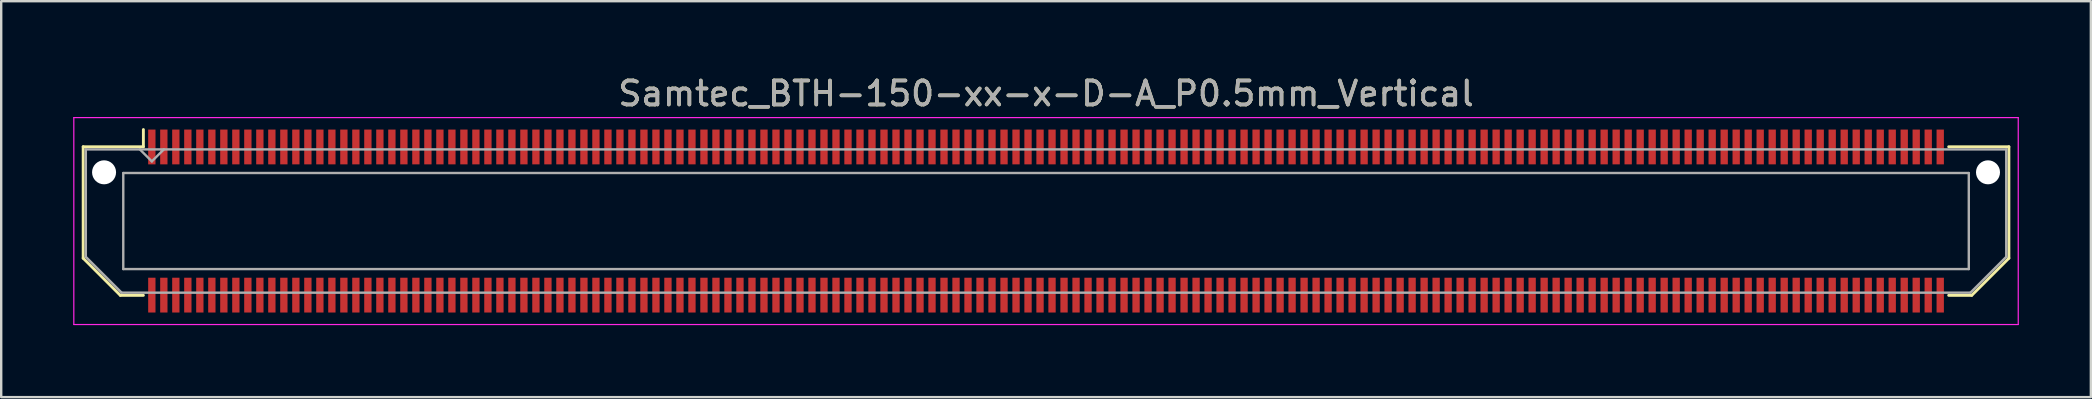
<source format=kicad_pcb>
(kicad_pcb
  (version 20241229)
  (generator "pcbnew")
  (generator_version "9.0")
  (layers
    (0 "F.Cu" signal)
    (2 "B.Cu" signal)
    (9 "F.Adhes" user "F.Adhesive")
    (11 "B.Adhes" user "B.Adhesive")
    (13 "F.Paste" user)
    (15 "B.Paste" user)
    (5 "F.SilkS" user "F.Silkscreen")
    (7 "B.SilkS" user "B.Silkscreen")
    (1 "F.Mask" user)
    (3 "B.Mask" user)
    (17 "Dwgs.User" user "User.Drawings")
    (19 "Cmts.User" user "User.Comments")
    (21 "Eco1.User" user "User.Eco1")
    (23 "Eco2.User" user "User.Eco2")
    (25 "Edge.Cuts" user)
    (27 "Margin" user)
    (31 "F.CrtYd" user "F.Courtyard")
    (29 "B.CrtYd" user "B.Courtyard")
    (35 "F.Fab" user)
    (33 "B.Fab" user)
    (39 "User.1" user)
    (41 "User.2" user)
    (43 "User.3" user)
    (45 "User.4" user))
  (footprint "Samtec_BTH-150-xx-x-D-A_P0.5mm_Vertical"
    (layer "F.Cu")
    (at 40.525 6.158)
    (property "Reference" "Samtec_BTH-150-xx-x-D-A_P0.5mm_Vertical" (at 0 -5.31 0) (layer "F.SilkS") (effects (font (size 1 1) (thickness 0.15))))
    (attr smd)
    (fp_line (start -40.11 -3.095) (end -40.11 1.548) (stroke (width 0.12) (type solid)) (layer "F.SilkS"))
    (fp_line (start -40.11 1.548) (end -38.562 3.095) (stroke (width 0.12) (type solid)) (layer "F.SilkS"))
    (fp_line (start -38.562 3.095) (end -37.602 3.095) (stroke (width 0.12) (type solid)) (layer "F.SilkS"))
    (fp_line (start -37.602 -3.811) (end -37.602 -3.095) (stroke (width 0.12) (type solid)) (layer "F.SilkS"))
    (fp_line (start -37.602 -3.095) (end -40.11 -3.095) (stroke (width 0.12) (type solid)) (layer "F.SilkS"))
    (fp_line (start 37.602 -3.095) (end 40.11 -3.095) (stroke (width 0.12) (type solid)) (layer "F.SilkS"))
    (fp_line (start 38.562 3.095) (end 37.602 3.095) (stroke (width 0.12) (type solid)) (layer "F.SilkS"))
    (fp_line (start 40.11 -3.095) (end 40.11 1.548) (stroke (width 0.12) (type solid)) (layer "F.SilkS"))
    (fp_line (start 40.11 1.548) (end 38.562 3.095) (stroke (width 0.12) (type solid)) (layer "F.SilkS"))
    (fp_line (start -40.5 -4.31) (end -40.5 4.31) (stroke (width 0.05) (type solid)) (layer "F.CrtYd"))
    (fp_line (start -40.5 4.31) (end 40.5 4.31) (stroke (width 0.05) (type solid)) (layer "F.CrtYd"))
    (fp_line (start 40.5 -4.31) (end -40.5 -4.31) (stroke (width 0.05) (type solid)) (layer "F.CrtYd"))
    (fp_line (start 40.5 4.31) (end 40.5 -4.31) (stroke (width 0.05) (type solid)) (layer "F.CrtYd"))
    (fp_line (start -40 -2.985) (end -40 1.492) (stroke (width 0.1) (type solid)) (layer "F.Fab"))
    (fp_line (start -40 -2.985) (end 40 -2.985) (stroke (width 0.1) (type solid)) (layer "F.Fab"))
    (fp_line (start -40 1.492) (end -38.508 2.985) (stroke (width 0.1) (type solid)) (layer "F.Fab"))
    (fp_line (start -38.508 2.985) (end 38.508 2.985) (stroke (width 0.1) (type solid)) (layer "F.Fab"))
    (fp_line (start -38.44 -2) (end -38.44 2) (stroke (width 0.1) (type solid)) (layer "F.Fab"))
    (fp_line (start -38.44 2) (end 38.44 2) (stroke (width 0.1) (type solid)) (layer "F.Fab"))
    (fp_line (start -37.25 -2.485) (end -37.75 -2.985) (stroke (width 0.1) (type solid)) (layer "F.Fab"))
    (fp_line (start -36.75 -2.985) (end -37.25 -2.485) (stroke (width 0.1) (type solid)) (layer "F.Fab"))
    (fp_line (start 38.44 -2) (end -38.44 -2) (stroke (width 0.1) (type solid)) (layer "F.Fab"))
    (fp_line (start 38.44 2) (end 38.44 -2) (stroke (width 0.1) (type solid)) (layer "F.Fab"))
    (fp_line (start 40 -2.985) (end 40 1.492) (stroke (width 0.1) (type solid)) (layer "F.Fab"))
    (fp_line (start 40 1.492) (end 38.508 2.985) (stroke (width 0.1) (type solid)) (layer "F.Fab"))
    (fp_text user "${REFERENCE}" (at 0 -5.31 0) (layer "F.Fab") (effects (font (size 1 1) (thickness 0.15))))
    (pad "" np_thru_hole circle (at -39.24 -2.03) (size 1 1) (drill 1) (layers "*.Cu" "*.Mask"))
    (pad "" np_thru_hole circle (at 39.24 -2.03) (size 1 1) (drill 1) (layers "*.Cu" "*.Mask"))
    (pad "1" smd rect (at -37.25 -3.086) (size 0.305 1.45) (layers "F.Cu" "F.Mask" "F.Paste"))
    (pad "2" smd rect (at -37.25 3.086) (size 0.305 1.45) (layers "F.Cu" "F.Mask" "F.Paste"))
    (pad "3" smd rect (at -36.75 -3.086) (size 0.305 1.45) (layers "F.Cu" "F.Mask" "F.Paste"))
    (pad "4" smd rect (at -36.75 3.086) (size 0.305 1.45) (layers "F.Cu" "F.Mask" "F.Paste"))
    (pad "5" smd rect (at -36.25 -3.086) (size 0.305 1.45) (layers "F.Cu" "F.Mask" "F.Paste"))
    (pad "6" smd rect (at -36.25 3.086) (size 0.305 1.45) (layers "F.Cu" "F.Mask" "F.Paste"))
    (pad "7" smd rect (at -35.75 -3.086) (size 0.305 1.45) (layers "F.Cu" "F.Mask" "F.Paste"))
    (pad "8" smd rect (at -35.75 3.086) (size 0.305 1.45) (layers "F.Cu" "F.Mask" "F.Paste"))
    (pad "9" smd rect (at -35.25 -3.086) (size 0.305 1.45) (layers "F.Cu" "F.Mask" "F.Paste"))
    (pad "10" smd rect (at -35.25 3.086) (size 0.305 1.45) (layers "F.Cu" "F.Mask" "F.Paste"))
    (pad "11" smd rect (at -34.75 -3.086) (size 0.305 1.45) (layers "F.Cu" "F.Mask" "F.Paste"))
    (pad "12" smd rect (at -34.75 3.086) (size 0.305 1.45) (layers "F.Cu" "F.Mask" "F.Paste"))
    (pad "13" smd rect (at -34.25 -3.086) (size 0.305 1.45) (layers "F.Cu" "F.Mask" "F.Paste"))
    (pad "14" smd rect (at -34.25 3.086) (size 0.305 1.45) (layers "F.Cu" "F.Mask" "F.Paste"))
    (pad "15" smd rect (at -33.75 -3.086) (size 0.305 1.45) (layers "F.Cu" "F.Mask" "F.Paste"))
    (pad "16" smd rect (at -33.75 3.086) (size 0.305 1.45) (layers "F.Cu" "F.Mask" "F.Paste"))
    (pad "17" smd rect (at -33.25 -3.086) (size 0.305 1.45) (layers "F.Cu" "F.Mask" "F.Paste"))
    (pad "18" smd rect (at -33.25 3.086) (size 0.305 1.45) (layers "F.Cu" "F.Mask" "F.Paste"))
    (pad "19" smd rect (at -32.75 -3.086) (size 0.305 1.45) (layers "F.Cu" "F.Mask" "F.Paste"))
    (pad "20" smd rect (at -32.75 3.086) (size 0.305 1.45) (layers "F.Cu" "F.Mask" "F.Paste"))
    (pad "21" smd rect (at -32.25 -3.086) (size 0.305 1.45) (layers "F.Cu" "F.Mask" "F.Paste"))
    (pad "22" smd rect (at -32.25 3.086) (size 0.305 1.45) (layers "F.Cu" "F.Mask" "F.Paste"))
    (pad "23" smd rect (at -31.75 -3.086) (size 0.305 1.45) (layers "F.Cu" "F.Mask" "F.Paste"))
    (pad "24" smd rect (at -31.75 3.086) (size 0.305 1.45) (layers "F.Cu" "F.Mask" "F.Paste"))
    (pad "25" smd rect (at -31.25 -3.086) (size 0.305 1.45) (layers "F.Cu" "F.Mask" "F.Paste"))
    (pad "26" smd rect (at -31.25 3.086) (size 0.305 1.45) (layers "F.Cu" "F.Mask" "F.Paste"))
    (pad "27" smd rect (at -30.75 -3.086) (size 0.305 1.45) (layers "F.Cu" "F.Mask" "F.Paste"))
    (pad "28" smd rect (at -30.75 3.086) (size 0.305 1.45) (layers "F.Cu" "F.Mask" "F.Paste"))
    (pad "29" smd rect (at -30.25 -3.086) (size 0.305 1.45) (layers "F.Cu" "F.Mask" "F.Paste"))
    (pad "30" smd rect (at -30.25 3.086) (size 0.305 1.45) (layers "F.Cu" "F.Mask" "F.Paste"))
    (pad "31" smd rect (at -29.75 -3.086) (size 0.305 1.45) (layers "F.Cu" "F.Mask" "F.Paste"))
    (pad "32" smd rect (at -29.75 3.086) (size 0.305 1.45) (layers "F.Cu" "F.Mask" "F.Paste"))
    (pad "33" smd rect (at -29.25 -3.086) (size 0.305 1.45) (layers "F.Cu" "F.Mask" "F.Paste"))
    (pad "34" smd rect (at -29.25 3.086) (size 0.305 1.45) (layers "F.Cu" "F.Mask" "F.Paste"))
    (pad "35" smd rect (at -28.75 -3.086) (size 0.305 1.45) (layers "F.Cu" "F.Mask" "F.Paste"))
    (pad "36" smd rect (at -28.75 3.086) (size 0.305 1.45) (layers "F.Cu" "F.Mask" "F.Paste"))
    (pad "37" smd rect (at -28.25 -3.086) (size 0.305 1.45) (layers "F.Cu" "F.Mask" "F.Paste"))
    (pad "38" smd rect (at -28.25 3.086) (size 0.305 1.45) (layers "F.Cu" "F.Mask" "F.Paste"))
    (pad "39" smd rect (at -27.75 -3.086) (size 0.305 1.45) (layers "F.Cu" "F.Mask" "F.Paste"))
    (pad "40" smd rect (at -27.75 3.086) (size 0.305 1.45) (layers "F.Cu" "F.Mask" "F.Paste"))
    (pad "41" smd rect (at -27.25 -3.086) (size 0.305 1.45) (layers "F.Cu" "F.Mask" "F.Paste"))
    (pad "42" smd rect (at -27.25 3.086) (size 0.305 1.45) (layers "F.Cu" "F.Mask" "F.Paste"))
    (pad "43" smd rect (at -26.75 -3.086) (size 0.305 1.45) (layers "F.Cu" "F.Mask" "F.Paste"))
    (pad "44" smd rect (at -26.75 3.086) (size 0.305 1.45) (layers "F.Cu" "F.Mask" "F.Paste"))
    (pad "45" smd rect (at -26.25 -3.086) (size 0.305 1.45) (layers "F.Cu" "F.Mask" "F.Paste"))
    (pad "46" smd rect (at -26.25 3.086) (size 0.305 1.45) (layers "F.Cu" "F.Mask" "F.Paste"))
    (pad "47" smd rect (at -25.75 -3.086) (size 0.305 1.45) (layers "F.Cu" "F.Mask" "F.Paste"))
    (pad "48" smd rect (at -25.75 3.086) (size 0.305 1.45) (layers "F.Cu" "F.Mask" "F.Paste"))
    (pad "49" smd rect (at -25.25 -3.086) (size 0.305 1.45) (layers "F.Cu" "F.Mask" "F.Paste"))
    (pad "50" smd rect (at -25.25 3.086) (size 0.305 1.45) (layers "F.Cu" "F.Mask" "F.Paste"))
    (pad "51" smd rect (at -24.75 -3.086) (size 0.305 1.45) (layers "F.Cu" "F.Mask" "F.Paste"))
    (pad "52" smd rect (at -24.75 3.086) (size 0.305 1.45) (layers "F.Cu" "F.Mask" "F.Paste"))
    (pad "53" smd rect (at -24.25 -3.086) (size 0.305 1.45) (layers "F.Cu" "F.Mask" "F.Paste"))
    (pad "54" smd rect (at -24.25 3.086) (size 0.305 1.45) (layers "F.Cu" "F.Mask" "F.Paste"))
    (pad "55" smd rect (at -23.75 -3.086) (size 0.305 1.45) (layers "F.Cu" "F.Mask" "F.Paste"))
    (pad "56" smd rect (at -23.75 3.086) (size 0.305 1.45) (layers "F.Cu" "F.Mask" "F.Paste"))
    (pad "57" smd rect (at -23.25 -3.086) (size 0.305 1.45) (layers "F.Cu" "F.Mask" "F.Paste"))
    (pad "58" smd rect (at -23.25 3.086) (size 0.305 1.45) (layers "F.Cu" "F.Mask" "F.Paste"))
    (pad "59" smd rect (at -22.75 -3.086) (size 0.305 1.45) (layers "F.Cu" "F.Mask" "F.Paste"))
    (pad "60" smd rect (at -22.75 3.086) (size 0.305 1.45) (layers "F.Cu" "F.Mask" "F.Paste"))
    (pad "61" smd rect (at -22.25 -3.086) (size 0.305 1.45) (layers "F.Cu" "F.Mask" "F.Paste"))
    (pad "62" smd rect (at -22.25 3.086) (size 0.305 1.45) (layers "F.Cu" "F.Mask" "F.Paste"))
    (pad "63" smd rect (at -21.75 -3.086) (size 0.305 1.45) (layers "F.Cu" "F.Mask" "F.Paste"))
    (pad "64" smd rect (at -21.75 3.086) (size 0.305 1.45) (layers "F.Cu" "F.Mask" "F.Paste"))
    (pad "65" smd rect (at -21.25 -3.086) (size 0.305 1.45) (layers "F.Cu" "F.Mask" "F.Paste"))
    (pad "66" smd rect (at -21.25 3.086) (size 0.305 1.45) (layers "F.Cu" "F.Mask" "F.Paste"))
    (pad "67" smd rect (at -20.75 -3.086) (size 0.305 1.45) (layers "F.Cu" "F.Mask" "F.Paste"))
    (pad "68" smd rect (at -20.75 3.086) (size 0.305 1.45) (layers "F.Cu" "F.Mask" "F.Paste"))
    (pad "69" smd rect (at -20.25 -3.086) (size 0.305 1.45) (layers "F.Cu" "F.Mask" "F.Paste"))
    (pad "70" smd rect (at -20.25 3.086) (size 0.305 1.45) (layers "F.Cu" "F.Mask" "F.Paste"))
    (pad "71" smd rect (at -19.75 -3.086) (size 0.305 1.45) (layers "F.Cu" "F.Mask" "F.Paste"))
    (pad "72" smd rect (at -19.75 3.086) (size 0.305 1.45) (layers "F.Cu" "F.Mask" "F.Paste"))
    (pad "73" smd rect (at -19.25 -3.086) (size 0.305 1.45) (layers "F.Cu" "F.Mask" "F.Paste"))
    (pad "74" smd rect (at -19.25 3.086) (size 0.305 1.45) (layers "F.Cu" "F.Mask" "F.Paste"))
    (pad "75" smd rect (at -18.75 -3.086) (size 0.305 1.45) (layers "F.Cu" "F.Mask" "F.Paste"))
    (pad "76" smd rect (at -18.75 3.086) (size 0.305 1.45) (layers "F.Cu" "F.Mask" "F.Paste"))
    (pad "77" smd rect (at -18.25 -3.086) (size 0.305 1.45) (layers "F.Cu" "F.Mask" "F.Paste"))
    (pad "78" smd rect (at -18.25 3.086) (size 0.305 1.45) (layers "F.Cu" "F.Mask" "F.Paste"))
    (pad "79" smd rect (at -17.75 -3.086) (size 0.305 1.45) (layers "F.Cu" "F.Mask" "F.Paste"))
    (pad "80" smd rect (at -17.75 3.086) (size 0.305 1.45) (layers "F.Cu" "F.Mask" "F.Paste"))
    (pad "81" smd rect (at -17.25 -3.086) (size 0.305 1.45) (layers "F.Cu" "F.Mask" "F.Paste"))
    (pad "82" smd rect (at -17.25 3.086) (size 0.305 1.45) (layers "F.Cu" "F.Mask" "F.Paste"))
    (pad "83" smd rect (at -16.75 -3.086) (size 0.305 1.45) (layers "F.Cu" "F.Mask" "F.Paste"))
    (pad "84" smd rect (at -16.75 3.086) (size 0.305 1.45) (layers "F.Cu" "F.Mask" "F.Paste"))
    (pad "85" smd rect (at -16.25 -3.086) (size 0.305 1.45) (layers "F.Cu" "F.Mask" "F.Paste"))
    (pad "86" smd rect (at -16.25 3.086) (size 0.305 1.45) (layers "F.Cu" "F.Mask" "F.Paste"))
    (pad "87" smd rect (at -15.75 -3.086) (size 0.305 1.45) (layers "F.Cu" "F.Mask" "F.Paste"))
    (pad "88" smd rect (at -15.75 3.086) (size 0.305 1.45) (layers "F.Cu" "F.Mask" "F.Paste"))
    (pad "89" smd rect (at -15.25 -3.086) (size 0.305 1.45) (layers "F.Cu" "F.Mask" "F.Paste"))
    (pad "90" smd rect (at -15.25 3.086) (size 0.305 1.45) (layers "F.Cu" "F.Mask" "F.Paste"))
    (pad "91" smd rect (at -14.75 -3.086) (size 0.305 1.45) (layers "F.Cu" "F.Mask" "F.Paste"))
    (pad "92" smd rect (at -14.75 3.086) (size 0.305 1.45) (layers "F.Cu" "F.Mask" "F.Paste"))
    (pad "93" smd rect (at -14.25 -3.086) (size 0.305 1.45) (layers "F.Cu" "F.Mask" "F.Paste"))
    (pad "94" smd rect (at -14.25 3.086) (size 0.305 1.45) (layers "F.Cu" "F.Mask" "F.Paste"))
    (pad "95" smd rect (at -13.75 -3.086) (size 0.305 1.45) (layers "F.Cu" "F.Mask" "F.Paste"))
    (pad "96" smd rect (at -13.75 3.086) (size 0.305 1.45) (layers "F.Cu" "F.Mask" "F.Paste"))
    (pad "97" smd rect (at -13.25 -3.086) (size 0.305 1.45) (layers "F.Cu" "F.Mask" "F.Paste"))
    (pad "98" smd rect (at -13.25 3.086) (size 0.305 1.45) (layers "F.Cu" "F.Mask" "F.Paste"))
    (pad "99" smd rect (at -12.75 -3.086) (size 0.305 1.45) (layers "F.Cu" "F.Mask" "F.Paste"))
    (pad "100" smd rect (at -12.75 3.086) (size 0.305 1.45) (layers "F.Cu" "F.Mask" "F.Paste"))
    (pad "101" smd rect (at -12.25 -3.086) (size 0.305 1.45) (layers "F.Cu" "F.Mask" "F.Paste"))
    (pad "102" smd rect (at -12.25 3.086) (size 0.305 1.45) (layers "F.Cu" "F.Mask" "F.Paste"))
    (pad "103" smd rect (at -11.75 -3.086) (size 0.305 1.45) (layers "F.Cu" "F.Mask" "F.Paste"))
    (pad "104" smd rect (at -11.75 3.086) (size 0.305 1.45) (layers "F.Cu" "F.Mask" "F.Paste"))
    (pad "105" smd rect (at -11.25 -3.086) (size 0.305 1.45) (layers "F.Cu" "F.Mask" "F.Paste"))
    (pad "106" smd rect (at -11.25 3.086) (size 0.305 1.45) (layers "F.Cu" "F.Mask" "F.Paste"))
    (pad "107" smd rect (at -10.75 -3.086) (size 0.305 1.45) (layers "F.Cu" "F.Mask" "F.Paste"))
    (pad "108" smd rect (at -10.75 3.086) (size 0.305 1.45) (layers "F.Cu" "F.Mask" "F.Paste"))
    (pad "109" smd rect (at -10.25 -3.086) (size 0.305 1.45) (layers "F.Cu" "F.Mask" "F.Paste"))
    (pad "110" smd rect (at -10.25 3.086) (size 0.305 1.45) (layers "F.Cu" "F.Mask" "F.Paste"))
    (pad "111" smd rect (at -9.75 -3.086) (size 0.305 1.45) (layers "F.Cu" "F.Mask" "F.Paste"))
    (pad "112" smd rect (at -9.75 3.086) (size 0.305 1.45) (layers "F.Cu" "F.Mask" "F.Paste"))
    (pad "113" smd rect (at -9.25 -3.086) (size 0.305 1.45) (layers "F.Cu" "F.Mask" "F.Paste"))
    (pad "114" smd rect (at -9.25 3.086) (size 0.305 1.45) (layers "F.Cu" "F.Mask" "F.Paste"))
    (pad "115" smd rect (at -8.75 -3.086) (size 0.305 1.45) (layers "F.Cu" "F.Mask" "F.Paste"))
    (pad "116" smd rect (at -8.75 3.086) (size 0.305 1.45) (layers "F.Cu" "F.Mask" "F.Paste"))
    (pad "117" smd rect (at -8.25 -3.086) (size 0.305 1.45) (layers "F.Cu" "F.Mask" "F.Paste"))
    (pad "118" smd rect (at -8.25 3.086) (size 0.305 1.45) (layers "F.Cu" "F.Mask" "F.Paste"))
    (pad "119" smd rect (at -7.75 -3.086) (size 0.305 1.45) (layers "F.Cu" "F.Mask" "F.Paste"))
    (pad "120" smd rect (at -7.75 3.086) (size 0.305 1.45) (layers "F.Cu" "F.Mask" "F.Paste"))
    (pad "121" smd rect (at -7.25 -3.086) (size 0.305 1.45) (layers "F.Cu" "F.Mask" "F.Paste"))
    (pad "122" smd rect (at -7.25 3.086) (size 0.305 1.45) (layers "F.Cu" "F.Mask" "F.Paste"))
    (pad "123" smd rect (at -6.75 -3.086) (size 0.305 1.45) (layers "F.Cu" "F.Mask" "F.Paste"))
    (pad "124" smd rect (at -6.75 3.086) (size 0.305 1.45) (layers "F.Cu" "F.Mask" "F.Paste"))
    (pad "125" smd rect (at -6.25 -3.086) (size 0.305 1.45) (layers "F.Cu" "F.Mask" "F.Paste"))
    (pad "126" smd rect (at -6.25 3.086) (size 0.305 1.45) (layers "F.Cu" "F.Mask" "F.Paste"))
    (pad "127" smd rect (at -5.75 -3.086) (size 0.305 1.45) (layers "F.Cu" "F.Mask" "F.Paste"))
    (pad "128" smd rect (at -5.75 3.086) (size 0.305 1.45) (layers "F.Cu" "F.Mask" "F.Paste"))
    (pad "129" smd rect (at -5.25 -3.086) (size 0.305 1.45) (layers "F.Cu" "F.Mask" "F.Paste"))
    (pad "130" smd rect (at -5.25 3.086) (size 0.305 1.45) (layers "F.Cu" "F.Mask" "F.Paste"))
    (pad "131" smd rect (at -4.75 -3.086) (size 0.305 1.45) (layers "F.Cu" "F.Mask" "F.Paste"))
    (pad "132" smd rect (at -4.75 3.086) (size 0.305 1.45) (layers "F.Cu" "F.Mask" "F.Paste"))
    (pad "133" smd rect (at -4.25 -3.086) (size 0.305 1.45) (layers "F.Cu" "F.Mask" "F.Paste"))
    (pad "134" smd rect (at -4.25 3.086) (size 0.305 1.45) (layers "F.Cu" "F.Mask" "F.Paste"))
    (pad "135" smd rect (at -3.75 -3.086) (size 0.305 1.45) (layers "F.Cu" "F.Mask" "F.Paste"))
    (pad "136" smd rect (at -3.75 3.086) (size 0.305 1.45) (layers "F.Cu" "F.Mask" "F.Paste"))
    (pad "137" smd rect (at -3.25 -3.086) (size 0.305 1.45) (layers "F.Cu" "F.Mask" "F.Paste"))
    (pad "138" smd rect (at -3.25 3.086) (size 0.305 1.45) (layers "F.Cu" "F.Mask" "F.Paste"))
    (pad "139" smd rect (at -2.75 -3.086) (size 0.305 1.45) (layers "F.Cu" "F.Mask" "F.Paste"))
    (pad "140" smd rect (at -2.75 3.086) (size 0.305 1.45) (layers "F.Cu" "F.Mask" "F.Paste"))
    (pad "141" smd rect (at -2.25 -3.086) (size 0.305 1.45) (layers "F.Cu" "F.Mask" "F.Paste"))
    (pad "142" smd rect (at -2.25 3.086) (size 0.305 1.45) (layers "F.Cu" "F.Mask" "F.Paste"))
    (pad "143" smd rect (at -1.75 -3.086) (size 0.305 1.45) (layers "F.Cu" "F.Mask" "F.Paste"))
    (pad "144" smd rect (at -1.75 3.086) (size 0.305 1.45) (layers "F.Cu" "F.Mask" "F.Paste"))
    (pad "145" smd rect (at -1.25 -3.086) (size 0.305 1.45) (layers "F.Cu" "F.Mask" "F.Paste"))
    (pad "146" smd rect (at -1.25 3.086) (size 0.305 1.45) (layers "F.Cu" "F.Mask" "F.Paste"))
    (pad "147" smd rect (at -0.75 -3.086) (size 0.305 1.45) (layers "F.Cu" "F.Mask" "F.Paste"))
    (pad "148" smd rect (at -0.75 3.086) (size 0.305 1.45) (layers "F.Cu" "F.Mask" "F.Paste"))
    (pad "149" smd rect (at -0.25 -3.086) (size 0.305 1.45) (layers "F.Cu" "F.Mask" "F.Paste"))
    (pad "150" smd rect (at -0.25 3.086) (size 0.305 1.45) (layers "F.Cu" "F.Mask" "F.Paste"))
    (pad "151" smd rect (at 0.25 -3.086) (size 0.305 1.45) (layers "F.Cu" "F.Mask" "F.Paste"))
    (pad "152" smd rect (at 0.25 3.086) (size 0.305 1.45) (layers "F.Cu" "F.Mask" "F.Paste"))
    (pad "153" smd rect (at 0.75 -3.086) (size 0.305 1.45) (layers "F.Cu" "F.Mask" "F.Paste"))
    (pad "154" smd rect (at 0.75 3.086) (size 0.305 1.45) (layers "F.Cu" "F.Mask" "F.Paste"))
    (pad "155" smd rect (at 1.25 -3.086) (size 0.305 1.45) (layers "F.Cu" "F.Mask" "F.Paste"))
    (pad "156" smd rect (at 1.25 3.086) (size 0.305 1.45) (layers "F.Cu" "F.Mask" "F.Paste"))
    (pad "157" smd rect (at 1.75 -3.086) (size 0.305 1.45) (layers "F.Cu" "F.Mask" "F.Paste"))
    (pad "158" smd rect (at 1.75 3.086) (size 0.305 1.45) (layers "F.Cu" "F.Mask" "F.Paste"))
    (pad "159" smd rect (at 2.25 -3.086) (size 0.305 1.45) (layers "F.Cu" "F.Mask" "F.Paste"))
    (pad "160" smd rect (at 2.25 3.086) (size 0.305 1.45) (layers "F.Cu" "F.Mask" "F.Paste"))
    (pad "161" smd rect (at 2.75 -3.086) (size 0.305 1.45) (layers "F.Cu" "F.Mask" "F.Paste"))
    (pad "162" smd rect (at 2.75 3.086) (size 0.305 1.45) (layers "F.Cu" "F.Mask" "F.Paste"))
    (pad "163" smd rect (at 3.25 -3.086) (size 0.305 1.45) (layers "F.Cu" "F.Mask" "F.Paste"))
    (pad "164" smd rect (at 3.25 3.086) (size 0.305 1.45) (layers "F.Cu" "F.Mask" "F.Paste"))
    (pad "165" smd rect (at 3.75 -3.086) (size 0.305 1.45) (layers "F.Cu" "F.Mask" "F.Paste"))
    (pad "166" smd rect (at 3.75 3.086) (size 0.305 1.45) (layers "F.Cu" "F.Mask" "F.Paste"))
    (pad "167" smd rect (at 4.25 -3.086) (size 0.305 1.45) (layers "F.Cu" "F.Mask" "F.Paste"))
    (pad "168" smd rect (at 4.25 3.086) (size 0.305 1.45) (layers "F.Cu" "F.Mask" "F.Paste"))
    (pad "169" smd rect (at 4.75 -3.086) (size 0.305 1.45) (layers "F.Cu" "F.Mask" "F.Paste"))
    (pad "170" smd rect (at 4.75 3.086) (size 0.305 1.45) (layers "F.Cu" "F.Mask" "F.Paste"))
    (pad "171" smd rect (at 5.25 -3.086) (size 0.305 1.45) (layers "F.Cu" "F.Mask" "F.Paste"))
    (pad "172" smd rect (at 5.25 3.086) (size 0.305 1.45) (layers "F.Cu" "F.Mask" "F.Paste"))
    (pad "173" smd rect (at 5.75 -3.086) (size 0.305 1.45) (layers "F.Cu" "F.Mask" "F.Paste"))
    (pad "174" smd rect (at 5.75 3.086) (size 0.305 1.45) (layers "F.Cu" "F.Mask" "F.Paste"))
    (pad "175" smd rect (at 6.25 -3.086) (size 0.305 1.45) (layers "F.Cu" "F.Mask" "F.Paste"))
    (pad "176" smd rect (at 6.25 3.086) (size 0.305 1.45) (layers "F.Cu" "F.Mask" "F.Paste"))
    (pad "177" smd rect (at 6.75 -3.086) (size 0.305 1.45) (layers "F.Cu" "F.Mask" "F.Paste"))
    (pad "178" smd rect (at 6.75 3.086) (size 0.305 1.45) (layers "F.Cu" "F.Mask" "F.Paste"))
    (pad "179" smd rect (at 7.25 -3.086) (size 0.305 1.45) (layers "F.Cu" "F.Mask" "F.Paste"))
    (pad "180" smd rect (at 7.25 3.086) (size 0.305 1.45) (layers "F.Cu" "F.Mask" "F.Paste"))
    (pad "181" smd rect (at 7.75 -3.086) (size 0.305 1.45) (layers "F.Cu" "F.Mask" "F.Paste"))
    (pad "182" smd rect (at 7.75 3.086) (size 0.305 1.45) (layers "F.Cu" "F.Mask" "F.Paste"))
    (pad "183" smd rect (at 8.25 -3.086) (size 0.305 1.45) (layers "F.Cu" "F.Mask" "F.Paste"))
    (pad "184" smd rect (at 8.25 3.086) (size 0.305 1.45) (layers "F.Cu" "F.Mask" "F.Paste"))
    (pad "185" smd rect (at 8.75 -3.086) (size 0.305 1.45) (layers "F.Cu" "F.Mask" "F.Paste"))
    (pad "186" smd rect (at 8.75 3.086) (size 0.305 1.45) (layers "F.Cu" "F.Mask" "F.Paste"))
    (pad "187" smd rect (at 9.25 -3.086) (size 0.305 1.45) (layers "F.Cu" "F.Mask" "F.Paste"))
    (pad "188" smd rect (at 9.25 3.086) (size 0.305 1.45) (layers "F.Cu" "F.Mask" "F.Paste"))
    (pad "189" smd rect (at 9.75 -3.086) (size 0.305 1.45) (layers "F.Cu" "F.Mask" "F.Paste"))
    (pad "190" smd rect (at 9.75 3.086) (size 0.305 1.45) (layers "F.Cu" "F.Mask" "F.Paste"))
    (pad "191" smd rect (at 10.25 -3.086) (size 0.305 1.45) (layers "F.Cu" "F.Mask" "F.Paste"))
    (pad "192" smd rect (at 10.25 3.086) (size 0.305 1.45) (layers "F.Cu" "F.Mask" "F.Paste"))
    (pad "193" smd rect (at 10.75 -3.086) (size 0.305 1.45) (layers "F.Cu" "F.Mask" "F.Paste"))
    (pad "194" smd rect (at 10.75 3.086) (size 0.305 1.45) (layers "F.Cu" "F.Mask" "F.Paste"))
    (pad "195" smd rect (at 11.25 -3.086) (size 0.305 1.45) (layers "F.Cu" "F.Mask" "F.Paste"))
    (pad "196" smd rect (at 11.25 3.086) (size 0.305 1.45) (layers "F.Cu" "F.Mask" "F.Paste"))
    (pad "197" smd rect (at 11.75 -3.086) (size 0.305 1.45) (layers "F.Cu" "F.Mask" "F.Paste"))
    (pad "198" smd rect (at 11.75 3.086) (size 0.305 1.45) (layers "F.Cu" "F.Mask" "F.Paste"))
    (pad "199" smd rect (at 12.25 -3.086) (size 0.305 1.45) (layers "F.Cu" "F.Mask" "F.Paste"))
    (pad "200" smd rect (at 12.25 3.086) (size 0.305 1.45) (layers "F.Cu" "F.Mask" "F.Paste"))
    (pad "201" smd rect (at 12.75 -3.086) (size 0.305 1.45) (layers "F.Cu" "F.Mask" "F.Paste"))
    (pad "202" smd rect (at 12.75 3.086) (size 0.305 1.45) (layers "F.Cu" "F.Mask" "F.Paste"))
    (pad "203" smd rect (at 13.25 -3.086) (size 0.305 1.45) (layers "F.Cu" "F.Mask" "F.Paste"))
    (pad "204" smd rect (at 13.25 3.086) (size 0.305 1.45) (layers "F.Cu" "F.Mask" "F.Paste"))
    (pad "205" smd rect (at 13.75 -3.086) (size 0.305 1.45) (layers "F.Cu" "F.Mask" "F.Paste"))
    (pad "206" smd rect (at 13.75 3.086) (size 0.305 1.45) (layers "F.Cu" "F.Mask" "F.Paste"))
    (pad "207" smd rect (at 14.25 -3.086) (size 0.305 1.45) (layers "F.Cu" "F.Mask" "F.Paste"))
    (pad "208" smd rect (at 14.25 3.086) (size 0.305 1.45) (layers "F.Cu" "F.Mask" "F.Paste"))
    (pad "209" smd rect (at 14.75 -3.086) (size 0.305 1.45) (layers "F.Cu" "F.Mask" "F.Paste"))
    (pad "210" smd rect (at 14.75 3.086) (size 0.305 1.45) (layers "F.Cu" "F.Mask" "F.Paste"))
    (pad "211" smd rect (at 15.25 -3.086) (size 0.305 1.45) (layers "F.Cu" "F.Mask" "F.Paste"))
    (pad "212" smd rect (at 15.25 3.086) (size 0.305 1.45) (layers "F.Cu" "F.Mask" "F.Paste"))
    (pad "213" smd rect (at 15.75 -3.086) (size 0.305 1.45) (layers "F.Cu" "F.Mask" "F.Paste"))
    (pad "214" smd rect (at 15.75 3.086) (size 0.305 1.45) (layers "F.Cu" "F.Mask" "F.Paste"))
    (pad "215" smd rect (at 16.25 -3.086) (size 0.305 1.45) (layers "F.Cu" "F.Mask" "F.Paste"))
    (pad "216" smd rect (at 16.25 3.086) (size 0.305 1.45) (layers "F.Cu" "F.Mask" "F.Paste"))
    (pad "217" smd rect (at 16.75 -3.086) (size 0.305 1.45) (layers "F.Cu" "F.Mask" "F.Paste"))
    (pad "218" smd rect (at 16.75 3.086) (size 0.305 1.45) (layers "F.Cu" "F.Mask" "F.Paste"))
    (pad "219" smd rect (at 17.25 -3.086) (size 0.305 1.45) (layers "F.Cu" "F.Mask" "F.Paste"))
    (pad "220" smd rect (at 17.25 3.086) (size 0.305 1.45) (layers "F.Cu" "F.Mask" "F.Paste"))
    (pad "221" smd rect (at 17.75 -3.086) (size 0.305 1.45) (layers "F.Cu" "F.Mask" "F.Paste"))
    (pad "222" smd rect (at 17.75 3.086) (size 0.305 1.45) (layers "F.Cu" "F.Mask" "F.Paste"))
    (pad "223" smd rect (at 18.25 -3.086) (size 0.305 1.45) (layers "F.Cu" "F.Mask" "F.Paste"))
    (pad "224" smd rect (at 18.25 3.086) (size 0.305 1.45) (layers "F.Cu" "F.Mask" "F.Paste"))
    (pad "225" smd rect (at 18.75 -3.086) (size 0.305 1.45) (layers "F.Cu" "F.Mask" "F.Paste"))
    (pad "226" smd rect (at 18.75 3.086) (size 0.305 1.45) (layers "F.Cu" "F.Mask" "F.Paste"))
    (pad "227" smd rect (at 19.25 -3.086) (size 0.305 1.45) (layers "F.Cu" "F.Mask" "F.Paste"))
    (pad "228" smd rect (at 19.25 3.086) (size 0.305 1.45) (layers "F.Cu" "F.Mask" "F.Paste"))
    (pad "229" smd rect (at 19.75 -3.086) (size 0.305 1.45) (layers "F.Cu" "F.Mask" "F.Paste"))
    (pad "230" smd rect (at 19.75 3.086) (size 0.305 1.45) (layers "F.Cu" "F.Mask" "F.Paste"))
    (pad "231" smd rect (at 20.25 -3.086) (size 0.305 1.45) (layers "F.Cu" "F.Mask" "F.Paste"))
    (pad "232" smd rect (at 20.25 3.086) (size 0.305 1.45) (layers "F.Cu" "F.Mask" "F.Paste"))
    (pad "233" smd rect (at 20.75 -3.086) (size 0.305 1.45) (layers "F.Cu" "F.Mask" "F.Paste"))
    (pad "234" smd rect (at 20.75 3.086) (size 0.305 1.45) (layers "F.Cu" "F.Mask" "F.Paste"))
    (pad "235" smd rect (at 21.25 -3.086) (size 0.305 1.45) (layers "F.Cu" "F.Mask" "F.Paste"))
    (pad "236" smd rect (at 21.25 3.086) (size 0.305 1.45) (layers "F.Cu" "F.Mask" "F.Paste"))
    (pad "237" smd rect (at 21.75 -3.086) (size 0.305 1.45) (layers "F.Cu" "F.Mask" "F.Paste"))
    (pad "238" smd rect (at 21.75 3.086) (size 0.305 1.45) (layers "F.Cu" "F.Mask" "F.Paste"))
    (pad "239" smd rect (at 22.25 -3.086) (size 0.305 1.45) (layers "F.Cu" "F.Mask" "F.Paste"))
    (pad "240" smd rect (at 22.25 3.086) (size 0.305 1.45) (layers "F.Cu" "F.Mask" "F.Paste"))
    (pad "241" smd rect (at 22.75 -3.086) (size 0.305 1.45) (layers "F.Cu" "F.Mask" "F.Paste"))
    (pad "242" smd rect (at 22.75 3.086) (size 0.305 1.45) (layers "F.Cu" "F.Mask" "F.Paste"))
    (pad "243" smd rect (at 23.25 -3.086) (size 0.305 1.45) (layers "F.Cu" "F.Mask" "F.Paste"))
    (pad "244" smd rect (at 23.25 3.086) (size 0.305 1.45) (layers "F.Cu" "F.Mask" "F.Paste"))
    (pad "245" smd rect (at 23.75 -3.086) (size 0.305 1.45) (layers "F.Cu" "F.Mask" "F.Paste"))
    (pad "246" smd rect (at 23.75 3.086) (size 0.305 1.45) (layers "F.Cu" "F.Mask" "F.Paste"))
    (pad "247" smd rect (at 24.25 -3.086) (size 0.305 1.45) (layers "F.Cu" "F.Mask" "F.Paste"))
    (pad "248" smd rect (at 24.25 3.086) (size 0.305 1.45) (layers "F.Cu" "F.Mask" "F.Paste"))
    (pad "249" smd rect (at 24.75 -3.086) (size 0.305 1.45) (layers "F.Cu" "F.Mask" "F.Paste"))
    (pad "250" smd rect (at 24.75 3.086) (size 0.305 1.45) (layers "F.Cu" "F.Mask" "F.Paste"))
    (pad "251" smd rect (at 25.25 -3.086) (size 0.305 1.45) (layers "F.Cu" "F.Mask" "F.Paste"))
    (pad "252" smd rect (at 25.25 3.086) (size 0.305 1.45) (layers "F.Cu" "F.Mask" "F.Paste"))
    (pad "253" smd rect (at 25.75 -3.086) (size 0.305 1.45) (layers "F.Cu" "F.Mask" "F.Paste"))
    (pad "254" smd rect (at 25.75 3.086) (size 0.305 1.45) (layers "F.Cu" "F.Mask" "F.Paste"))
    (pad "255" smd rect (at 26.25 -3.086) (size 0.305 1.45) (layers "F.Cu" "F.Mask" "F.Paste"))
    (pad "256" smd rect (at 26.25 3.086) (size 0.305 1.45) (layers "F.Cu" "F.Mask" "F.Paste"))
    (pad "257" smd rect (at 26.75 -3.086) (size 0.305 1.45) (layers "F.Cu" "F.Mask" "F.Paste"))
    (pad "258" smd rect (at 26.75 3.086) (size 0.305 1.45) (layers "F.Cu" "F.Mask" "F.Paste"))
    (pad "259" smd rect (at 27.25 -3.086) (size 0.305 1.45) (layers "F.Cu" "F.Mask" "F.Paste"))
    (pad "260" smd rect (at 27.25 3.086) (size 0.305 1.45) (layers "F.Cu" "F.Mask" "F.Paste"))
    (pad "261" smd rect (at 27.75 -3.086) (size 0.305 1.45) (layers "F.Cu" "F.Mask" "F.Paste"))
    (pad "262" smd rect (at 27.75 3.086) (size 0.305 1.45) (layers "F.Cu" "F.Mask" "F.Paste"))
    (pad "263" smd rect (at 28.25 -3.086) (size 0.305 1.45) (layers "F.Cu" "F.Mask" "F.Paste"))
    (pad "264" smd rect (at 28.25 3.086) (size 0.305 1.45) (layers "F.Cu" "F.Mask" "F.Paste"))
    (pad "265" smd rect (at 28.75 -3.086) (size 0.305 1.45) (layers "F.Cu" "F.Mask" "F.Paste"))
    (pad "266" smd rect (at 28.75 3.086) (size 0.305 1.45) (layers "F.Cu" "F.Mask" "F.Paste"))
    (pad "267" smd rect (at 29.25 -3.086) (size 0.305 1.45) (layers "F.Cu" "F.Mask" "F.Paste"))
    (pad "268" smd rect (at 29.25 3.086) (size 0.305 1.45) (layers "F.Cu" "F.Mask" "F.Paste"))
    (pad "269" smd rect (at 29.75 -3.086) (size 0.305 1.45) (layers "F.Cu" "F.Mask" "F.Paste"))
    (pad "270" smd rect (at 29.75 3.086) (size 0.305 1.45) (layers "F.Cu" "F.Mask" "F.Paste"))
    (pad "271" smd rect (at 30.25 -3.086) (size 0.305 1.45) (layers "F.Cu" "F.Mask" "F.Paste"))
    (pad "272" smd rect (at 30.25 3.086) (size 0.305 1.45) (layers "F.Cu" "F.Mask" "F.Paste"))
    (pad "273" smd rect (at 30.75 -3.086) (size 0.305 1.45) (layers "F.Cu" "F.Mask" "F.Paste"))
    (pad "274" smd rect (at 30.75 3.086) (size 0.305 1.45) (layers "F.Cu" "F.Mask" "F.Paste"))
    (pad "275" smd rect (at 31.25 -3.086) (size 0.305 1.45) (layers "F.Cu" "F.Mask" "F.Paste"))
    (pad "276" smd rect (at 31.25 3.086) (size 0.305 1.45) (layers "F.Cu" "F.Mask" "F.Paste"))
    (pad "277" smd rect (at 31.75 -3.086) (size 0.305 1.45) (layers "F.Cu" "F.Mask" "F.Paste"))
    (pad "278" smd rect (at 31.75 3.086) (size 0.305 1.45) (layers "F.Cu" "F.Mask" "F.Paste"))
    (pad "279" smd rect (at 32.25 -3.086) (size 0.305 1.45) (layers "F.Cu" "F.Mask" "F.Paste"))
    (pad "280" smd rect (at 32.25 3.086) (size 0.305 1.45) (layers "F.Cu" "F.Mask" "F.Paste"))
    (pad "281" smd rect (at 32.75 -3.086) (size 0.305 1.45) (layers "F.Cu" "F.Mask" "F.Paste"))
    (pad "282" smd rect (at 32.75 3.086) (size 0.305 1.45) (layers "F.Cu" "F.Mask" "F.Paste"))
    (pad "283" smd rect (at 33.25 -3.086) (size 0.305 1.45) (layers "F.Cu" "F.Mask" "F.Paste"))
    (pad "284" smd rect (at 33.25 3.086) (size 0.305 1.45) (layers "F.Cu" "F.Mask" "F.Paste"))
    (pad "285" smd rect (at 33.75 -3.086) (size 0.305 1.45) (layers "F.Cu" "F.Mask" "F.Paste"))
    (pad "286" smd rect (at 33.75 3.086) (size 0.305 1.45) (layers "F.Cu" "F.Mask" "F.Paste"))
    (pad "287" smd rect (at 34.25 -3.086) (size 0.305 1.45) (layers "F.Cu" "F.Mask" "F.Paste"))
    (pad "288" smd rect (at 34.25 3.086) (size 0.305 1.45) (layers "F.Cu" "F.Mask" "F.Paste"))
    (pad "289" smd rect (at 34.75 -3.086) (size 0.305 1.45) (layers "F.Cu" "F.Mask" "F.Paste"))
    (pad "290" smd rect (at 34.75 3.086) (size 0.305 1.45) (layers "F.Cu" "F.Mask" "F.Paste"))
    (pad "291" smd rect (at 35.25 -3.086) (size 0.305 1.45) (layers "F.Cu" "F.Mask" "F.Paste"))
    (pad "292" smd rect (at 35.25 3.086) (size 0.305 1.45) (layers "F.Cu" "F.Mask" "F.Paste"))
    (pad "293" smd rect (at 35.75 -3.086) (size 0.305 1.45) (layers "F.Cu" "F.Mask" "F.Paste"))
    (pad "294" smd rect (at 35.75 3.086) (size 0.305 1.45) (layers "F.Cu" "F.Mask" "F.Paste"))
    (pad "295" smd rect (at 36.25 -3.086) (size 0.305 1.45) (layers "F.Cu" "F.Mask" "F.Paste"))
    (pad "296" smd rect (at 36.25 3.086) (size 0.305 1.45) (layers "F.Cu" "F.Mask" "F.Paste"))
    (pad "297" smd rect (at 36.75 -3.086) (size 0.305 1.45) (layers "F.Cu" "F.Mask" "F.Paste"))
    (pad "298" smd rect (at 36.75 3.086) (size 0.305 1.45) (layers "F.Cu" "F.Mask" "F.Paste"))
    (pad "299" smd rect (at 37.25 -3.086) (size 0.305 1.45) (layers "F.Cu" "F.Mask" "F.Paste"))
    (pad "300" smd rect (at 37.25 3.086) (size 0.305 1.45) (layers "F.Cu" "F.Mask" "F.Paste")))
  (gr_rect
    (start -3 -3)
    (end 84.05 13.493)
    (stroke (width 0.1) (type default))
    (fill no)
    (layer "Edge.Cuts")))
</source>
